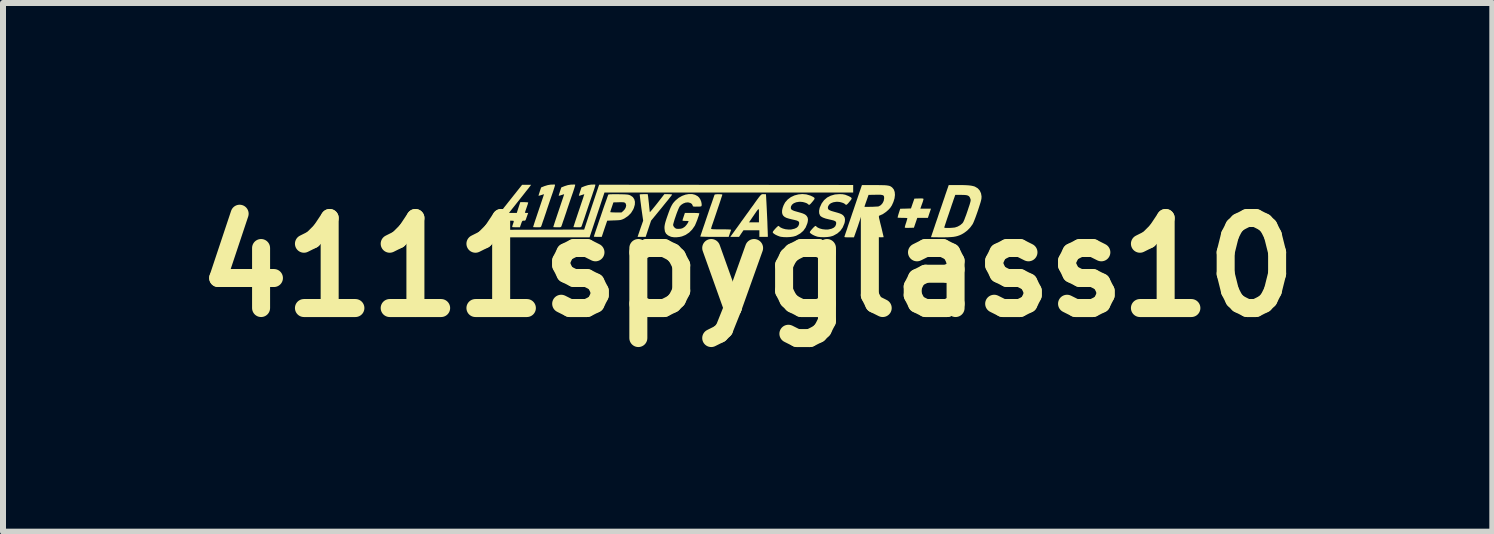
<source format=kicad_pcb>
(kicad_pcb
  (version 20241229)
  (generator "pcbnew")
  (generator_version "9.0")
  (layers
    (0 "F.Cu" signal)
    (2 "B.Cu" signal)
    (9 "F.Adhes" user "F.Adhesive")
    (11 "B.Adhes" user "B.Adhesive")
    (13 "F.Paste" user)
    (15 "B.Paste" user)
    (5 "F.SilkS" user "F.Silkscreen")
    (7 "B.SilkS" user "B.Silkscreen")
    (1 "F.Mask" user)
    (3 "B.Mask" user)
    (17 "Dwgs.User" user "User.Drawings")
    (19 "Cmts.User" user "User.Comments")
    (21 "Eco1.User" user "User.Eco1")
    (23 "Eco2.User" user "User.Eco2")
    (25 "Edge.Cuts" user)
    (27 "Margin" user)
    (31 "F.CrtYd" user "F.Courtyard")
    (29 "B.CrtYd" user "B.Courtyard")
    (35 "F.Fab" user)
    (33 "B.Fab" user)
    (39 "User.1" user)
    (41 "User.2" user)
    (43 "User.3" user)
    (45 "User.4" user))
  (footprint "4111spyglass10"
    (layer "F.Cu")
    (at 9.407 1.404)
    (property "Reference" "4111spyglass10" (at 0 0 0) (layer "F.SilkS") (effects (font (size 1.5 1.5) (thickness 0.3))))
    (attr board_only exclude_from_pos_files exclude_from_bom)
    (fp_poly (pts (xy -0.359 -1.374) (xy 1.758 -1.372) (xy 1.758 -1.309) (xy 1.758 -1.246) (xy -0.314 -1.246) (xy -2.386 -1.246) (xy -2.51 -0.873) (xy -2.634 -0.5) (xy -3.411 -0.5) (xy -4.188 -0.5) (xy -4.188 -0.562) (xy -4.188 -0.625) (xy -3.456 -0.627) (xy -2.724 -0.629) (xy -2.6 -1.003) (xy -2.475 -1.376)) (stroke (width 0) (type solid)) (fill yes) (layer "F.SilkS"))
    (fp_poly (pts (xy -1.661 -1.193) (xy -1.658 -1.177) (xy -1.655 -1.148) (xy -1.651 -1.111) (xy -1.646 -1.068) (xy -1.644 -1.047) (xy -1.64 -1.005) (xy -1.636 -0.968) (xy -1.633 -0.94) (xy -1.631 -0.923) (xy -1.63 -0.919) (xy -1.625 -0.923) (xy -1.612 -0.938) (xy -1.591 -0.962) (xy -1.566 -0.993) (xy -1.535 -1.031) (xy -1.508 -1.065) (xy -1.388 -1.219) (xy -1.323 -1.219) (xy -1.293 -1.218) (xy -1.271 -1.216) (xy -1.259 -1.214) (xy -1.258 -1.212) (xy -1.263 -1.205) (xy -1.276 -1.187) (xy -1.298 -1.16) (xy -1.325 -1.125) (xy -1.359 -1.084) (xy -1.397 -1.037) (xy -1.433 -0.992) (xy -1.609 -0.778) (xy -1.654 -0.643) (xy -1.699 -0.508) (xy -1.767 -0.508) (xy -1.834 -0.508) (xy -1.788 -0.643) (xy -1.741 -0.777) (xy -1.772 -0.994) (xy -1.779 -1.051) (xy -1.786 -1.102) (xy -1.791 -1.146) (xy -1.795 -1.181) (xy -1.798 -1.204) (xy -1.798 -1.215) (xy -1.798 -1.215) (xy -1.789 -1.217) (xy -1.768 -1.218) (xy -1.74 -1.219) (xy -1.73 -1.219) (xy -1.665 -1.219)) (stroke (width 0) (type solid)) (fill yes) (layer "F.SilkS"))
    (fp_poly (pts (xy 2.912 -1.147) (xy 2.925 -1.144) (xy 2.929 -1.14) (xy 2.93 -1.137) (xy 2.927 -1.125) (xy 2.921 -1.102) (xy 2.911 -1.072) (xy 2.903 -1.051) (xy 2.877 -0.977) (xy 2.965 -0.977) (xy 3.054 -0.977) (xy 3.028 -0.9) (xy 3.003 -0.824) (xy 2.914 -0.824) (xy 2.826 -0.824) (xy 2.798 -0.742) (xy 2.77 -0.66) (xy 2.694 -0.658) (xy 2.657 -0.657) (xy 2.634 -0.658) (xy 2.621 -0.661) (xy 2.617 -0.666) (xy 2.617 -0.666) (xy 2.62 -0.678) (xy 2.626 -0.7) (xy 2.635 -0.73) (xy 2.641 -0.746) (xy 2.65 -0.777) (xy 2.657 -0.801) (xy 2.66 -0.817) (xy 2.66 -0.82) (xy 2.65 -0.822) (xy 2.629 -0.823) (xy 2.599 -0.824) (xy 2.578 -0.824) (xy 2.545 -0.825) (xy 2.518 -0.826) (xy 2.502 -0.827) (xy 2.498 -0.829) (xy 2.5 -0.837) (xy 2.505 -0.858) (xy 2.513 -0.886) (xy 2.519 -0.905) (xy 2.542 -0.976) (xy 2.632 -0.978) (xy 2.721 -0.981) (xy 2.749 -1.063) (xy 2.778 -1.145) (xy 2.854 -1.147) (xy 2.889 -1.148)) (stroke (width 0) (type solid)) (fill yes) (layer "F.SilkS"))
    (fp_poly (pts (xy -3.22 -1.379) (xy -3.21 -1.378) (xy -3.21 -1.378) (xy -3.21 -1.37) (xy -3.215 -1.349) (xy -3.224 -1.319) (xy -3.236 -1.282) (xy -3.247 -1.248) (xy -3.262 -1.205) (xy -3.281 -1.15) (xy -3.302 -1.088) (xy -3.324 -1.023) (xy -3.346 -0.958) (xy -3.36 -0.914) (xy -3.379 -0.859) (xy -3.396 -0.808) (xy -3.412 -0.764) (xy -3.424 -0.727) (xy -3.433 -0.701) (xy -3.438 -0.688) (xy -3.438 -0.687) (xy -3.443 -0.677) (xy -3.45 -0.671) (xy -3.463 -0.668) (xy -3.486 -0.668) (xy -3.509 -0.668) (xy -3.539 -0.668) (xy -3.561 -0.669) (xy -3.573 -0.67) (xy -3.574 -0.671) (xy -3.573 -0.678) (xy -3.566 -0.699) (xy -3.556 -0.731) (xy -3.542 -0.774) (xy -3.525 -0.824) (xy -3.506 -0.881) (xy -3.485 -0.943) (xy -3.484 -0.946) (xy -3.463 -1.008) (xy -3.444 -1.065) (xy -3.427 -1.115) (xy -3.413 -1.157) (xy -3.402 -1.19) (xy -3.396 -1.211) (xy -3.394 -1.219) (xy -3.394 -1.219) (xy -3.402 -1.216) (xy -3.42 -1.21) (xy -3.44 -1.204) (xy -3.464 -1.196) (xy -3.48 -1.193) (xy -3.485 -1.194) (xy -3.482 -1.204) (xy -3.476 -1.224) (xy -3.467 -1.252) (xy -3.463 -1.265) (xy -3.441 -1.331) (xy -3.383 -1.354) (xy -3.33 -1.37) (xy -3.281 -1.378) (xy -3.27 -1.378) (xy -3.242 -1.379)) (stroke (width 0) (type solid)) (fill yes) (layer "F.SilkS"))
    (fp_poly (pts (xy -2.884 -1.379) (xy -2.874 -1.378) (xy -2.874 -1.378) (xy -2.874 -1.37) (xy -2.879 -1.349) (xy -2.888 -1.319) (xy -2.9 -1.282) (xy -2.911 -1.248) (xy -2.926 -1.205) (xy -2.945 -1.15) (xy -2.966 -1.088) (xy -2.988 -1.023) (xy -3.01 -0.958) (xy -3.024 -0.914) (xy -3.043 -0.859) (xy -3.06 -0.808) (xy -3.076 -0.764) (xy -3.088 -0.727) (xy -3.097 -0.701) (xy -3.102 -0.688) (xy -3.102 -0.687) (xy -3.107 -0.677) (xy -3.114 -0.671) (xy -3.127 -0.668) (xy -3.15 -0.668) (xy -3.173 -0.668) (xy -3.203 -0.668) (xy -3.225 -0.669) (xy -3.237 -0.67) (xy -3.238 -0.671) (xy -3.237 -0.678) (xy -3.23 -0.699) (xy -3.22 -0.731) (xy -3.206 -0.774) (xy -3.189 -0.824) (xy -3.17 -0.881) (xy -3.149 -0.943) (xy -3.148 -0.946) (xy -3.127 -1.008) (xy -3.108 -1.065) (xy -3.091 -1.115) (xy -3.077 -1.157) (xy -3.066 -1.19) (xy -3.06 -1.211) (xy -3.058 -1.219) (xy -3.058 -1.219) (xy -3.066 -1.216) (xy -3.084 -1.21) (xy -3.104 -1.204) (xy -3.128 -1.196) (xy -3.144 -1.193) (xy -3.149 -1.194) (xy -3.146 -1.204) (xy -3.14 -1.224) (xy -3.131 -1.252) (xy -3.127 -1.265) (xy -3.105 -1.331) (xy -3.047 -1.354) (xy -2.995 -1.37) (xy -2.945 -1.378) (xy -2.934 -1.378) (xy -2.906 -1.379)) (stroke (width 0) (type solid)) (fill yes) (layer "F.SilkS"))
    (fp_poly (pts (xy -2.548 -1.379) (xy -2.538 -1.378) (xy -2.538 -1.378) (xy -2.538 -1.37) (xy -2.543 -1.349) (xy -2.552 -1.319) (xy -2.564 -1.282) (xy -2.576 -1.248) (xy -2.59 -1.205) (xy -2.609 -1.15) (xy -2.63 -1.088) (xy -2.652 -1.023) (xy -2.674 -0.958) (xy -2.689 -0.914) (xy -2.707 -0.859) (xy -2.724 -0.808) (xy -2.74 -0.764) (xy -2.752 -0.727) (xy -2.761 -0.701) (xy -2.766 -0.688) (xy -2.766 -0.687) (xy -2.771 -0.677) (xy -2.778 -0.671) (xy -2.791 -0.668) (xy -2.814 -0.668) (xy -2.837 -0.668) (xy -2.867 -0.668) (xy -2.889 -0.669) (xy -2.901 -0.67) (xy -2.902 -0.671) (xy -2.901 -0.678) (xy -2.894 -0.699) (xy -2.884 -0.731) (xy -2.87 -0.774) (xy -2.853 -0.824) (xy -2.834 -0.881) (xy -2.813 -0.943) (xy -2.812 -0.946) (xy -2.791 -1.008) (xy -2.772 -1.065) (xy -2.755 -1.115) (xy -2.741 -1.157) (xy -2.731 -1.19) (xy -2.724 -1.211) (xy -2.722 -1.219) (xy -2.722 -1.219) (xy -2.73 -1.216) (xy -2.748 -1.21) (xy -2.768 -1.204) (xy -2.792 -1.196) (xy -2.808 -1.193) (xy -2.813 -1.194) (xy -2.81 -1.204) (xy -2.804 -1.224) (xy -2.795 -1.252) (xy -2.791 -1.265) (xy -2.769 -1.331) (xy -2.711 -1.354) (xy -2.659 -1.37) (xy -2.609 -1.378) (xy -2.598 -1.378) (xy -2.57 -1.379)) (stroke (width 0) (type solid)) (fill yes) (layer "F.SilkS"))
    (fp_poly (pts (xy 0.26 -1.219) (xy 0.266 -1.219) (xy 0.288 -1.218) (xy 0.302 -1.218) (xy 0.305 -1.217) (xy 0.306 -1.2) (xy 0.308 -1.17) (xy 0.31 -1.128) (xy 0.313 -1.077) (xy 0.316 -1.019) (xy 0.319 -0.956) (xy 0.322 -0.891) (xy 0.325 -0.825) (xy 0.328 -0.761) (xy 0.33 -0.7) (xy 0.332 -0.645) (xy 0.334 -0.599) (xy 0.335 -0.562) (xy 0.336 -0.538) (xy 0.336 -0.535) (xy 0.336 -0.508) (xy 0.266 -0.508) (xy 0.195 -0.508) (xy 0.195 -0.563) (xy 0.195 -0.617) (xy 0.063 -0.617) (xy -0.07 -0.617) (xy -0.107 -0.563) (xy -0.143 -0.508) (xy -0.216 -0.508) (xy -0.289 -0.508) (xy -0.186 -0.65) (xy -0.152 -0.697) (xy -0.114 -0.75) (xy 0.023 -0.75) (xy 0.105 -0.75) (xy 0.188 -0.75) (xy 0.188 -0.868) (xy 0.188 -0.91) (xy 0.188 -0.941) (xy 0.186 -0.961) (xy 0.182 -0.97) (xy 0.175 -0.967) (xy 0.162 -0.952) (xy 0.143 -0.926) (xy 0.117 -0.888) (xy 0.091 -0.85) (xy 0.023 -0.75) (xy -0.114 -0.75) (xy -0.112 -0.754) (xy -0.067 -0.815) (xy -0.022 -0.878) (xy 0.022 -0.938) (xy 0.049 -0.977) (xy 0.094 -1.038) (xy 0.13 -1.089) (xy 0.159 -1.129) (xy 0.182 -1.16) (xy 0.2 -1.183) (xy 0.214 -1.199) (xy 0.225 -1.209) (xy 0.234 -1.216) (xy 0.242 -1.218) (xy 0.25 -1.219)) (stroke (width 0) (type solid)) (fill yes) (layer "F.SilkS"))
    (fp_poly (pts (xy -0.469 -1.218) (xy -0.444 -1.217) (xy -0.427 -1.215) (xy -0.422 -1.211) (xy -0.424 -1.202) (xy -0.431 -1.181) (xy -0.442 -1.148) (xy -0.455 -1.107) (xy -0.471 -1.059) (xy -0.489 -1.006) (xy -0.508 -0.95) (xy -0.527 -0.893) (xy -0.546 -0.837) (xy -0.564 -0.784) (xy -0.58 -0.737) (xy -0.585 -0.723) (xy -0.596 -0.692) (xy -0.604 -0.665) (xy -0.609 -0.648) (xy -0.609 -0.643) (xy -0.607 -0.64) (xy -0.597 -0.637) (xy -0.579 -0.635) (xy -0.551 -0.634) (xy -0.512 -0.633) (xy -0.459 -0.633) (xy -0.441 -0.633) (xy -0.383 -0.633) (xy -0.34 -0.632) (xy -0.309 -0.631) (xy -0.289 -0.629) (xy -0.278 -0.627) (xy -0.276 -0.623) (xy -0.276 -0.623) (xy -0.281 -0.611) (xy -0.288 -0.589) (xy -0.298 -0.562) (xy -0.298 -0.561) (xy -0.316 -0.508) (xy -0.552 -0.508) (xy -0.611 -0.508) (xy -0.665 -0.508) (xy -0.711 -0.509) (xy -0.749 -0.51) (xy -0.775 -0.511) (xy -0.788 -0.512) (xy -0.789 -0.512) (xy -0.787 -0.52) (xy -0.78 -0.542) (xy -0.769 -0.574) (xy -0.755 -0.616) (xy -0.738 -0.666) (xy -0.719 -0.721) (xy -0.699 -0.781) (xy -0.678 -0.843) (xy -0.657 -0.905) (xy -0.636 -0.967) (xy -0.616 -1.025) (xy -0.597 -1.078) (xy -0.581 -1.125) (xy -0.568 -1.163) (xy -0.558 -1.192) (xy -0.552 -1.208) (xy -0.551 -1.211) (xy -0.541 -1.215) (xy -0.522 -1.217) (xy -0.496 -1.219)) (stroke (width 0) (type solid)) (fill yes) (layer "F.SilkS"))
    (fp_poly (pts (xy -3.63 -1.346) (xy -3.642 -1.33) (xy -3.663 -1.303) (xy -3.694 -1.265) (xy -3.732 -1.216) (xy -3.778 -1.158) (xy -3.831 -1.091) (xy -3.891 -1.015) (xy -3.936 -0.959) (xy -3.977 -0.906) (xy -3.912 -0.906) (xy -3.847 -0.906) (xy -3.818 -0.996) (xy -3.788 -1.086) (xy -3.722 -1.086) (xy -3.692 -1.085) (xy -3.67 -1.083) (xy -3.658 -1.081) (xy -3.656 -1.079) (xy -3.659 -1.07) (xy -3.665 -1.049) (xy -3.675 -1.019) (xy -3.684 -0.993) (xy -3.695 -0.961) (xy -3.704 -0.934) (xy -3.71 -0.916) (xy -3.711 -0.91) (xy -3.704 -0.908) (xy -3.687 -0.906) (xy -3.684 -0.906) (xy -3.657 -0.906) (xy -3.676 -0.854) (xy -3.688 -0.819) (xy -3.696 -0.796) (xy -3.703 -0.784) (xy -3.71 -0.778) (xy -3.718 -0.777) (xy -3.727 -0.777) (xy -3.741 -0.778) (xy -3.751 -0.774) (xy -3.76 -0.763) (xy -3.768 -0.743) (xy -3.778 -0.715) (xy -3.794 -0.668) (xy -3.854 -0.668) (xy -3.883 -0.668) (xy -3.907 -0.669) (xy -3.92 -0.67) (xy -3.921 -0.67) (xy -3.923 -0.679) (xy -3.918 -0.698) (xy -3.91 -0.722) (xy -3.9 -0.751) (xy -3.897 -0.768) (xy -3.901 -0.775) (xy -3.901 -0.775) (xy -3.912 -0.776) (xy -3.935 -0.777) (xy -3.969 -0.778) (xy -4.009 -0.778) (xy -4.041 -0.778) (xy -4.089 -0.778) (xy -4.127 -0.779) (xy -4.155 -0.781) (xy -4.17 -0.783) (xy -4.172 -0.785) (xy -4.17 -0.795) (xy -4.164 -0.816) (xy -4.156 -0.843) (xy -4.155 -0.845) (xy -4.15 -0.859) (xy -4.143 -0.874) (xy -4.135 -0.89) (xy -4.122 -0.91) (xy -4.106 -0.933) (xy -4.084 -0.963) (xy -4.056 -1) (xy -4.02 -1.045) (xy -3.976 -1.101) (xy -3.948 -1.136) (xy -3.758 -1.375) (xy -3.683 -1.375) (xy -3.608 -1.375)) (stroke (width 0) (type solid)) (fill yes) (layer "F.SilkS"))
    (fp_poly (pts (xy -2.165 -1.218) (xy -2.151 -1.218) (xy -2.096 -1.217) (xy -2.055 -1.216) (xy -2.024 -1.214) (xy -2.001 -1.212) (xy -1.984 -1.209) (xy -1.97 -1.205) (xy -1.957 -1.199) (xy -1.949 -1.195) (xy -1.912 -1.169) (xy -1.889 -1.134) (xy -1.878 -1.092) (xy -1.88 -1.044) (xy -1.896 -0.989) (xy -1.908 -0.962) (xy -1.944 -0.904) (xy -1.993 -0.855) (xy -2.052 -0.815) (xy -2.06 -0.811) (xy -2.081 -0.801) (xy -2.1 -0.794) (xy -2.118 -0.789) (xy -2.141 -0.786) (xy -2.172 -0.784) (xy -2.213 -0.782) (xy -2.226 -0.782) (xy -2.34 -0.777) (xy -2.386 -0.643) (xy -2.431 -0.508) (xy -2.497 -0.508) (xy -2.527 -0.508) (xy -2.55 -0.509) (xy -2.562 -0.511) (xy -2.563 -0.512) (xy -2.56 -0.521) (xy -2.553 -0.543) (xy -2.542 -0.576) (xy -2.528 -0.618) (xy -2.511 -0.668) (xy -2.492 -0.724) (xy -2.472 -0.784) (xy -2.45 -0.846) (xy -2.429 -0.909) (xy -2.425 -0.92) (xy -2.289 -0.92) (xy -2.282 -0.918) (xy -2.262 -0.916) (xy -2.232 -0.915) (xy -2.196 -0.914) (xy -2.196 -0.914) (xy -2.102 -0.914) (xy -2.073 -0.939) (xy -2.046 -0.969) (xy -2.03 -1.001) (xy -2.024 -1.032) (xy -2.031 -1.059) (xy -2.039 -1.071) (xy -2.048 -1.077) (xy -2.058 -1.082) (xy -2.074 -1.084) (xy -2.098 -1.085) (xy -2.133 -1.085) (xy -2.146 -1.084) (xy -2.237 -1.082) (xy -2.263 -1.004) (xy -2.274 -0.972) (xy -2.283 -0.944) (xy -2.288 -0.926) (xy -2.289 -0.92) (xy -2.425 -0.92) (xy -2.408 -0.97) (xy -2.388 -1.028) (xy -2.369 -1.081) (xy -2.352 -1.128) (xy -2.339 -1.166) (xy -2.329 -1.194) (xy -2.323 -1.21) (xy -2.321 -1.213) (xy -2.312 -1.215) (xy -2.289 -1.217) (xy -2.255 -1.218) (xy -2.213 -1.218)) (stroke (width 0) (type solid)) (fill yes) (layer "F.SilkS"))
    (fp_poly (pts (xy 1.581 -1.218) (xy 1.624 -1.21) (xy 1.667 -1.193) (xy 1.684 -1.186) (xy 1.712 -1.171) (xy 1.728 -1.159) (xy 1.733 -1.147) (xy 1.726 -1.13) (xy 1.708 -1.107) (xy 1.697 -1.094) (xy 1.673 -1.065) (xy 1.655 -1.048) (xy 1.643 -1.041) (xy 1.634 -1.043) (xy 1.625 -1.051) (xy 1.605 -1.066) (xy 1.574 -1.078) (xy 1.537 -1.088) (xy 1.499 -1.092) (xy 1.477 -1.092) (xy 1.427 -1.084) (xy 1.386 -1.068) (xy 1.357 -1.044) (xy 1.34 -1.015) (xy 1.336 -0.992) (xy 1.339 -0.976) (xy 1.348 -0.962) (xy 1.366 -0.951) (xy 1.395 -0.939) (xy 1.436 -0.927) (xy 1.45 -0.923) (xy 1.5 -0.909) (xy 1.537 -0.897) (xy 1.564 -0.885) (xy 1.584 -0.872) (xy 1.599 -0.857) (xy 1.601 -0.855) (xy 1.617 -0.827) (xy 1.622 -0.794) (xy 1.618 -0.755) (xy 1.611 -0.729) (xy 1.583 -0.663) (xy 1.544 -0.608) (xy 1.494 -0.564) (xy 1.431 -0.529) (xy 1.416 -0.523) (xy 1.377 -0.512) (xy 1.328 -0.505) (xy 1.274 -0.502) (xy 1.222 -0.503) (xy 1.176 -0.508) (xy 1.157 -0.512) (xy 1.12 -0.525) (xy 1.086 -0.541) (xy 1.057 -0.559) (xy 1.04 -0.574) (xy 1.035 -0.583) (xy 1.039 -0.595) (xy 1.052 -0.613) (xy 1.053 -0.615) (xy 1.075 -0.64) (xy 1.098 -0.665) (xy 1.104 -0.67) (xy 1.12 -0.685) (xy 1.13 -0.69) (xy 1.138 -0.687) (xy 1.141 -0.683) (xy 1.166 -0.663) (xy 1.202 -0.647) (xy 1.246 -0.635) (xy 1.293 -0.63) (xy 1.338 -0.63) (xy 1.35 -0.632) (xy 1.401 -0.644) (xy 1.437 -0.662) (xy 1.461 -0.686) (xy 1.473 -0.718) (xy 1.474 -0.725) (xy 1.475 -0.744) (xy 1.47 -0.758) (xy 1.457 -0.77) (xy 1.434 -0.78) (xy 1.399 -0.789) (xy 1.363 -0.797) (xy 1.301 -0.812) (xy 1.254 -0.829) (xy 1.221 -0.848) (xy 1.206 -0.864) (xy 1.192 -0.899) (xy 1.19 -0.942) (xy 1.2 -0.991) (xy 1.203 -0.999) (xy 1.233 -1.065) (xy 1.273 -1.119) (xy 1.324 -1.163) (xy 1.385 -1.194) (xy 1.454 -1.214) (xy 1.531 -1.22)) (stroke (width 0) (type solid)) (fill yes) (layer "F.SilkS"))
    (fp_poly (pts (xy 0.979 -1.215) (xy 1.043 -1.196) (xy 1.052 -1.192) (xy 1.086 -1.176) (xy 1.107 -1.163) (xy 1.115 -1.151) (xy 1.112 -1.136) (xy 1.097 -1.115) (xy 1.08 -1.094) (xy 1.055 -1.065) (xy 1.038 -1.048) (xy 1.026 -1.041) (xy 1.016 -1.043) (xy 1.008 -1.051) (xy 0.988 -1.066) (xy 0.957 -1.078) (xy 0.92 -1.088) (xy 0.881 -1.092) (xy 0.859 -1.092) (xy 0.809 -1.084) (xy 0.769 -1.068) (xy 0.739 -1.044) (xy 0.722 -1.015) (xy 0.719 -0.992) (xy 0.721 -0.976) (xy 0.731 -0.962) (xy 0.749 -0.951) (xy 0.777 -0.939) (xy 0.819 -0.927) (xy 0.833 -0.923) (xy 0.883 -0.909) (xy 0.92 -0.897) (xy 0.947 -0.885) (xy 0.967 -0.872) (xy 0.982 -0.857) (xy 0.984 -0.855) (xy 1 -0.827) (xy 1.005 -0.794) (xy 1 -0.755) (xy 0.993 -0.729) (xy 0.966 -0.663) (xy 0.927 -0.608) (xy 0.876 -0.564) (xy 0.814 -0.529) (xy 0.799 -0.523) (xy 0.76 -0.512) (xy 0.711 -0.505) (xy 0.657 -0.502) (xy 0.605 -0.503) (xy 0.559 -0.508) (xy 0.539 -0.512) (xy 0.503 -0.525) (xy 0.468 -0.541) (xy 0.439 -0.559) (xy 0.422 -0.574) (xy 0.418 -0.583) (xy 0.421 -0.595) (xy 0.434 -0.613) (xy 0.436 -0.615) (xy 0.457 -0.64) (xy 0.481 -0.665) (xy 0.486 -0.67) (xy 0.503 -0.685) (xy 0.513 -0.69) (xy 0.521 -0.687) (xy 0.524 -0.683) (xy 0.549 -0.663) (xy 0.585 -0.647) (xy 0.629 -0.635) (xy 0.675 -0.63) (xy 0.721 -0.63) (xy 0.733 -0.632) (xy 0.783 -0.644) (xy 0.82 -0.662) (xy 0.843 -0.686) (xy 0.856 -0.718) (xy 0.857 -0.725) (xy 0.858 -0.744) (xy 0.853 -0.758) (xy 0.84 -0.77) (xy 0.817 -0.78) (xy 0.782 -0.789) (xy 0.746 -0.797) (xy 0.688 -0.811) (xy 0.644 -0.825) (xy 0.613 -0.842) (xy 0.591 -0.863) (xy 0.578 -0.888) (xy 0.573 -0.916) (xy 0.574 -0.95) (xy 0.583 -0.991) (xy 0.599 -1.034) (xy 0.62 -1.074) (xy 0.626 -1.084) (xy 0.668 -1.131) (xy 0.72 -1.17) (xy 0.78 -1.198) (xy 0.845 -1.215) (xy 0.912 -1.221)) (stroke (width 0) (type solid)) (fill yes) (layer "F.SilkS"))
    (fp_poly (pts (xy 2.114 -1.371) (xy 2.184 -1.37) (xy 2.24 -1.369) (xy 2.284 -1.368) (xy 2.318 -1.365) (xy 2.344 -1.361) (xy 2.365 -1.356) (xy 2.381 -1.349) (xy 2.396 -1.339) (xy 2.408 -1.33) (xy 2.435 -1.297) (xy 2.45 -1.255) (xy 2.454 -1.206) (xy 2.447 -1.149) (xy 2.428 -1.088) (xy 2.402 -1.031) (xy 2.377 -0.993) (xy 2.341 -0.954) (xy 2.298 -0.918) (xy 2.254 -0.888) (xy 2.212 -0.869) (xy 2.209 -0.867) (xy 2.189 -0.859) (xy 2.183 -0.85) (xy 2.183 -0.845) (xy 2.186 -0.834) (xy 2.192 -0.811) (xy 2.2 -0.778) (xy 2.209 -0.739) (xy 2.22 -0.696) (xy 2.231 -0.652) (xy 2.241 -0.609) (xy 2.25 -0.57) (xy 2.258 -0.537) (xy 2.263 -0.514) (xy 2.266 -0.503) (xy 2.266 -0.503) (xy 2.258 -0.502) (xy 2.238 -0.501) (xy 2.209 -0.501) (xy 2.172 -0.502) (xy 2.166 -0.502) (xy 2.067 -0.504) (xy 2.038 -0.633) (xy 2.028 -0.68) (xy 2.018 -0.725) (xy 2.009 -0.764) (xy 2.003 -0.795) (xy 2 -0.807) (xy 1.991 -0.852) (xy 1.942 -0.852) (xy 1.892 -0.852) (xy 1.865 -0.772) (xy 1.851 -0.73) (xy 1.835 -0.681) (xy 1.817 -0.631) (xy 1.805 -0.596) (xy 1.771 -0.5) (xy 1.69 -0.5) (xy 1.654 -0.5) (xy 1.63 -0.501) (xy 1.617 -0.503) (xy 1.612 -0.507) (xy 1.613 -0.513) (xy 1.614 -0.518) (xy 1.618 -0.528) (xy 1.626 -0.552) (xy 1.638 -0.588) (xy 1.654 -0.634) (xy 1.672 -0.69) (xy 1.694 -0.754) (xy 1.718 -0.824) (xy 1.743 -0.899) (xy 1.762 -0.953) (xy 1.781 -1.01) (xy 1.946 -1.01) (xy 1.953 -1.008) (xy 1.972 -1.007) (xy 2 -1.007) (xy 2.035 -1.008) (xy 2.072 -1.008) (xy 2.108 -1.01) (xy 2.141 -1.012) (xy 2.167 -1.013) (xy 2.183 -1.016) (xy 2.185 -1.016) (xy 2.22 -1.037) (xy 2.248 -1.069) (xy 2.267 -1.108) (xy 2.274 -1.151) (xy 2.274 -1.151) (xy 2.273 -1.172) (xy 2.269 -1.188) (xy 2.259 -1.199) (xy 2.242 -1.205) (xy 2.216 -1.209) (xy 2.178 -1.21) (xy 2.129 -1.209) (xy 2.014 -1.207) (xy 1.98 -1.109) (xy 1.967 -1.073) (xy 1.957 -1.043) (xy 1.949 -1.021) (xy 1.946 -1.01) (xy 1.946 -1.01) (xy 1.781 -1.01) (xy 1.904 -1.371)) (stroke (width 0) (type solid)) (fill yes) (layer "F.SilkS"))
    (fp_poly (pts (xy -0.926 -1.221) (xy -0.877 -1.209) (xy -0.834 -1.186) (xy -0.809 -1.163) (xy -0.788 -1.13) (xy -0.773 -1.092) (xy -0.766 -1.053) (xy -0.767 -1.032) (xy -0.769 -1.022) (xy -0.774 -1.017) (xy -0.784 -1.014) (xy -0.804 -1.012) (xy -0.836 -1.012) (xy -0.841 -1.012) (xy -0.875 -1.011) (xy -0.896 -1.012) (xy -0.908 -1.015) (xy -0.914 -1.02) (xy -0.916 -1.029) (xy -0.917 -1.032) (xy -0.929 -1.055) (xy -0.954 -1.072) (xy -0.988 -1.081) (xy -0.996 -1.082) (xy -1.035 -1.078) (xy -1.074 -1.063) (xy -1.11 -1.039) (xy -1.133 -1.014) (xy -1.142 -0.997) (xy -1.155 -0.969) (xy -1.17 -0.932) (xy -1.186 -0.89) (xy -1.201 -0.846) (xy -1.216 -0.803) (xy -1.228 -0.763) (xy -1.237 -0.731) (xy -1.242 -0.709) (xy -1.242 -0.705) (xy -1.237 -0.688) (xy -1.224 -0.668) (xy -1.219 -0.664) (xy -1.203 -0.65) (xy -1.187 -0.643) (xy -1.163 -0.641) (xy -1.154 -0.641) (xy -1.116 -0.643) (xy -1.087 -0.651) (xy -1.06 -0.667) (xy -1.043 -0.68) (xy -1.026 -0.699) (xy -1.008 -0.722) (xy -0.994 -0.745) (xy -0.985 -0.764) (xy -0.984 -0.769) (xy -0.992 -0.771) (xy -1.01 -0.773) (xy -1.035 -0.773) (xy -1.061 -0.774) (xy -1.079 -0.776) (xy -1.086 -0.779) (xy -1.084 -0.789) (xy -1.078 -0.81) (xy -1.069 -0.837) (xy -1.066 -0.846) (xy -1.046 -0.906) (xy -0.925 -0.906) (xy -0.884 -0.906) (xy -0.849 -0.905) (xy -0.822 -0.903) (xy -0.807 -0.901) (xy -0.805 -0.9) (xy -0.808 -0.887) (xy -0.815 -0.862) (xy -0.826 -0.831) (xy -0.838 -0.795) (xy -0.852 -0.76) (xy -0.865 -0.728) (xy -0.876 -0.703) (xy -0.88 -0.694) (xy -0.923 -0.632) (xy -0.975 -0.579) (xy -1.036 -0.539) (xy -1.095 -0.515) (xy -1.136 -0.506) (xy -1.183 -0.501) (xy -1.229 -0.501) (xy -1.269 -0.507) (xy -1.282 -0.511) (xy -1.327 -0.532) (xy -1.359 -0.56) (xy -1.378 -0.595) (xy -1.385 -0.641) (xy -1.386 -0.66) (xy -1.385 -0.684) (xy -1.381 -0.709) (xy -1.375 -0.737) (xy -1.365 -0.772) (xy -1.35 -0.818) (xy -1.341 -0.844) (xy -1.318 -0.909) (xy -1.298 -0.962) (xy -1.28 -1.004) (xy -1.262 -1.038) (xy -1.244 -1.067) (xy -1.223 -1.092) (xy -1.2 -1.116) (xy -1.199 -1.117) (xy -1.148 -1.159) (xy -1.093 -1.19) (xy -1.036 -1.211) (xy -0.98 -1.221)) (stroke (width 0) (type solid)) (fill yes) (layer "F.SilkS"))
    (fp_poly (pts (xy 3.563 -1.371) (xy 3.628 -1.369) (xy 3.68 -1.366) (xy 3.722 -1.361) (xy 3.756 -1.354) (xy 3.783 -1.346) (xy 3.789 -1.343) (xy 3.834 -1.316) (xy 3.867 -1.279) (xy 3.888 -1.233) (xy 3.897 -1.181) (xy 3.895 -1.144) (xy 3.89 -1.12) (xy 3.881 -1.085) (xy 3.867 -1.04) (xy 3.851 -0.99) (xy 3.833 -0.936) (xy 3.814 -0.882) (xy 3.796 -0.832) (xy 3.778 -0.786) (xy 3.763 -0.749) (xy 3.751 -0.724) (xy 3.749 -0.72) (xy 3.71 -0.666) (xy 3.661 -0.615) (xy 3.607 -0.574) (xy 3.57 -0.552) (xy 3.536 -0.536) (xy 3.503 -0.524) (xy 3.47 -0.515) (xy 3.432 -0.508) (xy 3.387 -0.504) (xy 3.334 -0.501) (xy 3.269 -0.5) (xy 3.229 -0.5) (xy 3.178 -0.5) (xy 3.134 -0.501) (xy 3.097 -0.501) (xy 3.071 -0.502) (xy 3.057 -0.502) (xy 3.055 -0.503) (xy 3.057 -0.51) (xy 3.064 -0.531) (xy 3.075 -0.564) (xy 3.09 -0.607) (xy 3.107 -0.659) (xy 3.11 -0.666) (xy 3.276 -0.666) (xy 3.278 -0.66) (xy 3.288 -0.658) (xy 3.307 -0.656) (xy 3.338 -0.656) (xy 3.342 -0.656) (xy 3.38 -0.657) (xy 3.418 -0.66) (xy 3.448 -0.663) (xy 3.454 -0.664) (xy 3.499 -0.679) (xy 3.542 -0.703) (xy 3.578 -0.734) (xy 3.589 -0.749) (xy 3.597 -0.764) (xy 3.61 -0.793) (xy 3.624 -0.831) (xy 3.641 -0.875) (xy 3.658 -0.925) (xy 3.665 -0.945) (xy 3.683 -1) (xy 3.697 -1.041) (xy 3.706 -1.072) (xy 3.712 -1.095) (xy 3.715 -1.111) (xy 3.715 -1.123) (xy 3.714 -1.133) (xy 3.71 -1.144) (xy 3.71 -1.144) (xy 3.7 -1.168) (xy 3.687 -1.185) (xy 3.668 -1.196) (xy 3.642 -1.203) (xy 3.605 -1.206) (xy 3.557 -1.207) (xy 3.459 -1.207) (xy 3.437 -1.144) (xy 3.429 -1.122) (xy 3.418 -1.088) (xy 3.403 -1.046) (xy 3.387 -0.997) (xy 3.369 -0.945) (xy 3.351 -0.891) (xy 3.333 -0.839) (xy 3.316 -0.789) (xy 3.302 -0.746) (xy 3.29 -0.71) (xy 3.282 -0.685) (xy 3.278 -0.674) (xy 3.276 -0.666) (xy 3.11 -0.666) (xy 3.127 -0.718) (xy 3.149 -0.782) (xy 3.164 -0.825) (xy 3.188 -0.898) (xy 3.213 -0.97) (xy 3.237 -1.04) (xy 3.259 -1.105) (xy 3.279 -1.163) (xy 3.295 -1.212) (xy 3.308 -1.249) (xy 3.311 -1.258) (xy 3.35 -1.371) (xy 3.485 -1.371)) (stroke (width 0) (type solid)) (fill yes) (layer "F.SilkS")))
  (gr_rect
    (start -3 -3)
    (end 21.814 5.808)
    (stroke (width 0.1) (type default))
    (fill no)
    (layer "Edge.Cuts")))
</source>
